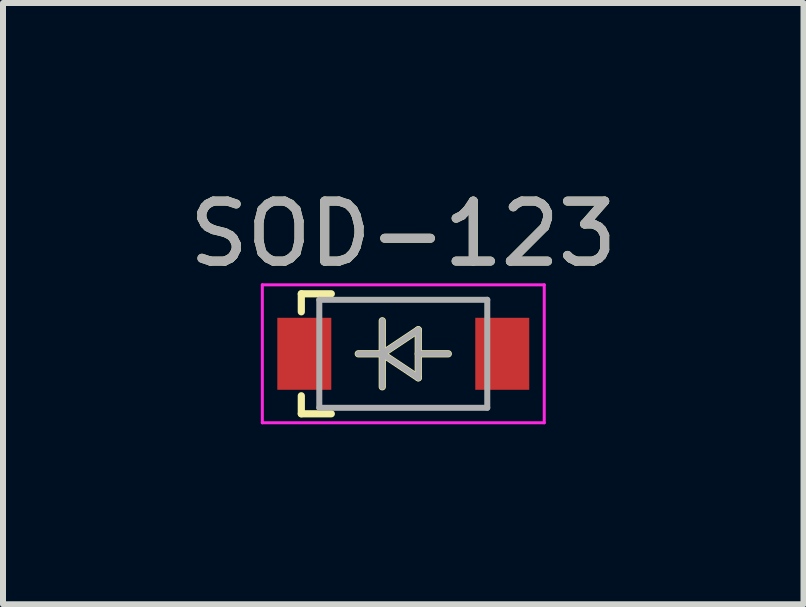
<source format=kicad_pcb>
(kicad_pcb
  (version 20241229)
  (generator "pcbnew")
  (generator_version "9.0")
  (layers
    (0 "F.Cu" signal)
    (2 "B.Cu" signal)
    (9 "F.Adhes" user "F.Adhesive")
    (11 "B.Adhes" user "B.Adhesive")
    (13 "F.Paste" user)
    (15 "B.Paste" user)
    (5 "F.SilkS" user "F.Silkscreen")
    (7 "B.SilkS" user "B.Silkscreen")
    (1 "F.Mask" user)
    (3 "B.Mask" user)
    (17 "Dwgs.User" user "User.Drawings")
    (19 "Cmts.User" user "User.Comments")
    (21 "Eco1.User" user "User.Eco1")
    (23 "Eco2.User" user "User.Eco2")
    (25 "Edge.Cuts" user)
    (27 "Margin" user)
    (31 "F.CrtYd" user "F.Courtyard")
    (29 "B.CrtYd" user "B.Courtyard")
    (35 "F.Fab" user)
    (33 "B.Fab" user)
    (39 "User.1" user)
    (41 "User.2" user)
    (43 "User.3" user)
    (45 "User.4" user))
  (footprint "SOD-123"
    (layer "F.Cu")
    (at 3.673 2.848)
    (property "Reference" "SOD-123" (at 0 -2 0) (layer "F.SilkS") (effects (font (size 1 1) (thickness 0.15))))
    (attr smd)
    (fp_line (start -1.7 -1) (end -1.2 -1) (stroke (width 0.12) (type solid)) (layer "F.SilkS"))
    (fp_line (start -1.7 -0.7) (end -1.7 -1) (stroke (width 0.12) (type solid)) (layer "F.SilkS"))
    (fp_line (start -1.7 1) (end -1.7 0.7) (stroke (width 0.12) (type solid)) (layer "F.SilkS"))
    (fp_line (start -1.7 1) (end -1.2 1) (stroke (width 0.12) (type solid)) (layer "F.SilkS"))
    (fp_line (start -0.75 0) (end -0.35 0) (stroke (width 0.12) (type solid)) (layer "F.SilkS"))
    (fp_line (start -0.35 0) (end -0.35 -0.55) (stroke (width 0.12) (type solid)) (layer "F.SilkS"))
    (fp_line (start -0.35 0) (end -0.35 0.55) (stroke (width 0.12) (type solid)) (layer "F.SilkS"))
    (fp_line (start -0.35 0) (end 0.25 -0.4) (stroke (width 0.12) (type solid)) (layer "F.SilkS"))
    (fp_line (start 0.25 -0.4) (end 0.25 0.4) (stroke (width 0.12) (type solid)) (layer "F.SilkS"))
    (fp_line (start 0.25 0) (end 0.75 0) (stroke (width 0.12) (type solid)) (layer "F.SilkS"))
    (fp_line (start 0.25 0.4) (end -0.35 0) (stroke (width 0.12) (type solid)) (layer "F.SilkS"))
    (fp_line (start -2.35 -1.15) (end -2.35 1.15) (stroke (width 0.05) (type solid)) (layer "F.CrtYd"))
    (fp_line (start -2.35 -1.15) (end 2.35 -1.15) (stroke (width 0.05) (type solid)) (layer "F.CrtYd"))
    (fp_line (start 2.35 -1.15) (end 2.35 1.15) (stroke (width 0.05) (type solid)) (layer "F.CrtYd"))
    (fp_line (start 2.35 1.15) (end -2.35 1.15) (stroke (width 0.05) (type solid)) (layer "F.CrtYd"))
    (fp_line (start -1.4 -0.9) (end 1.4 -0.9) (stroke (width 0.1) (type solid)) (layer "F.Fab"))
    (fp_line (start -1.4 0.9) (end -1.4 -0.9) (stroke (width 0.1) (type solid)) (layer "F.Fab"))
    (fp_line (start -0.75 0) (end -0.35 0) (stroke (width 0.1) (type solid)) (layer "F.Fab"))
    (fp_line (start -0.35 0) (end -0.35 -0.55) (stroke (width 0.1) (type solid)) (layer "F.Fab"))
    (fp_line (start -0.35 0) (end -0.35 0.55) (stroke (width 0.1) (type solid)) (layer "F.Fab"))
    (fp_line (start -0.35 0) (end 0.25 -0.4) (stroke (width 0.1) (type solid)) (layer "F.Fab"))
    (fp_line (start 0.25 -0.4) (end 0.25 0.4) (stroke (width 0.1) (type solid)) (layer "F.Fab"))
    (fp_line (start 0.25 0) (end 0.75 0) (stroke (width 0.1) (type solid)) (layer "F.Fab"))
    (fp_line (start 0.25 0.4) (end -0.35 0) (stroke (width 0.1) (type solid)) (layer "F.Fab"))
    (fp_line (start 1.4 -0.9) (end 1.4 0.9) (stroke (width 0.1) (type solid)) (layer "F.Fab"))
    (fp_line (start 1.4 0.9) (end -1.4 0.9) (stroke (width 0.1) (type solid)) (layer "F.Fab"))
    (fp_text user "${REFERENCE}" (at 0 -2 0) (layer "F.Fab") (effects (font (size 1 1) (thickness 0.15))))
    (pad "A" smd rect (at 1.65 0) (size 0.9 1.2) (layers "F.Cu" "F.Mask" "F.Paste"))
    (pad "K" smd rect (at -1.65 0) (size 0.9 1.2) (layers "F.Cu" "F.Mask" "F.Paste")))
  (gr_rect
    (start -3 -3)
    (end 10.345 7.023)
    (stroke (width 0.1) (type default))
    (fill no)
    (layer "Edge.Cuts")))
</source>
